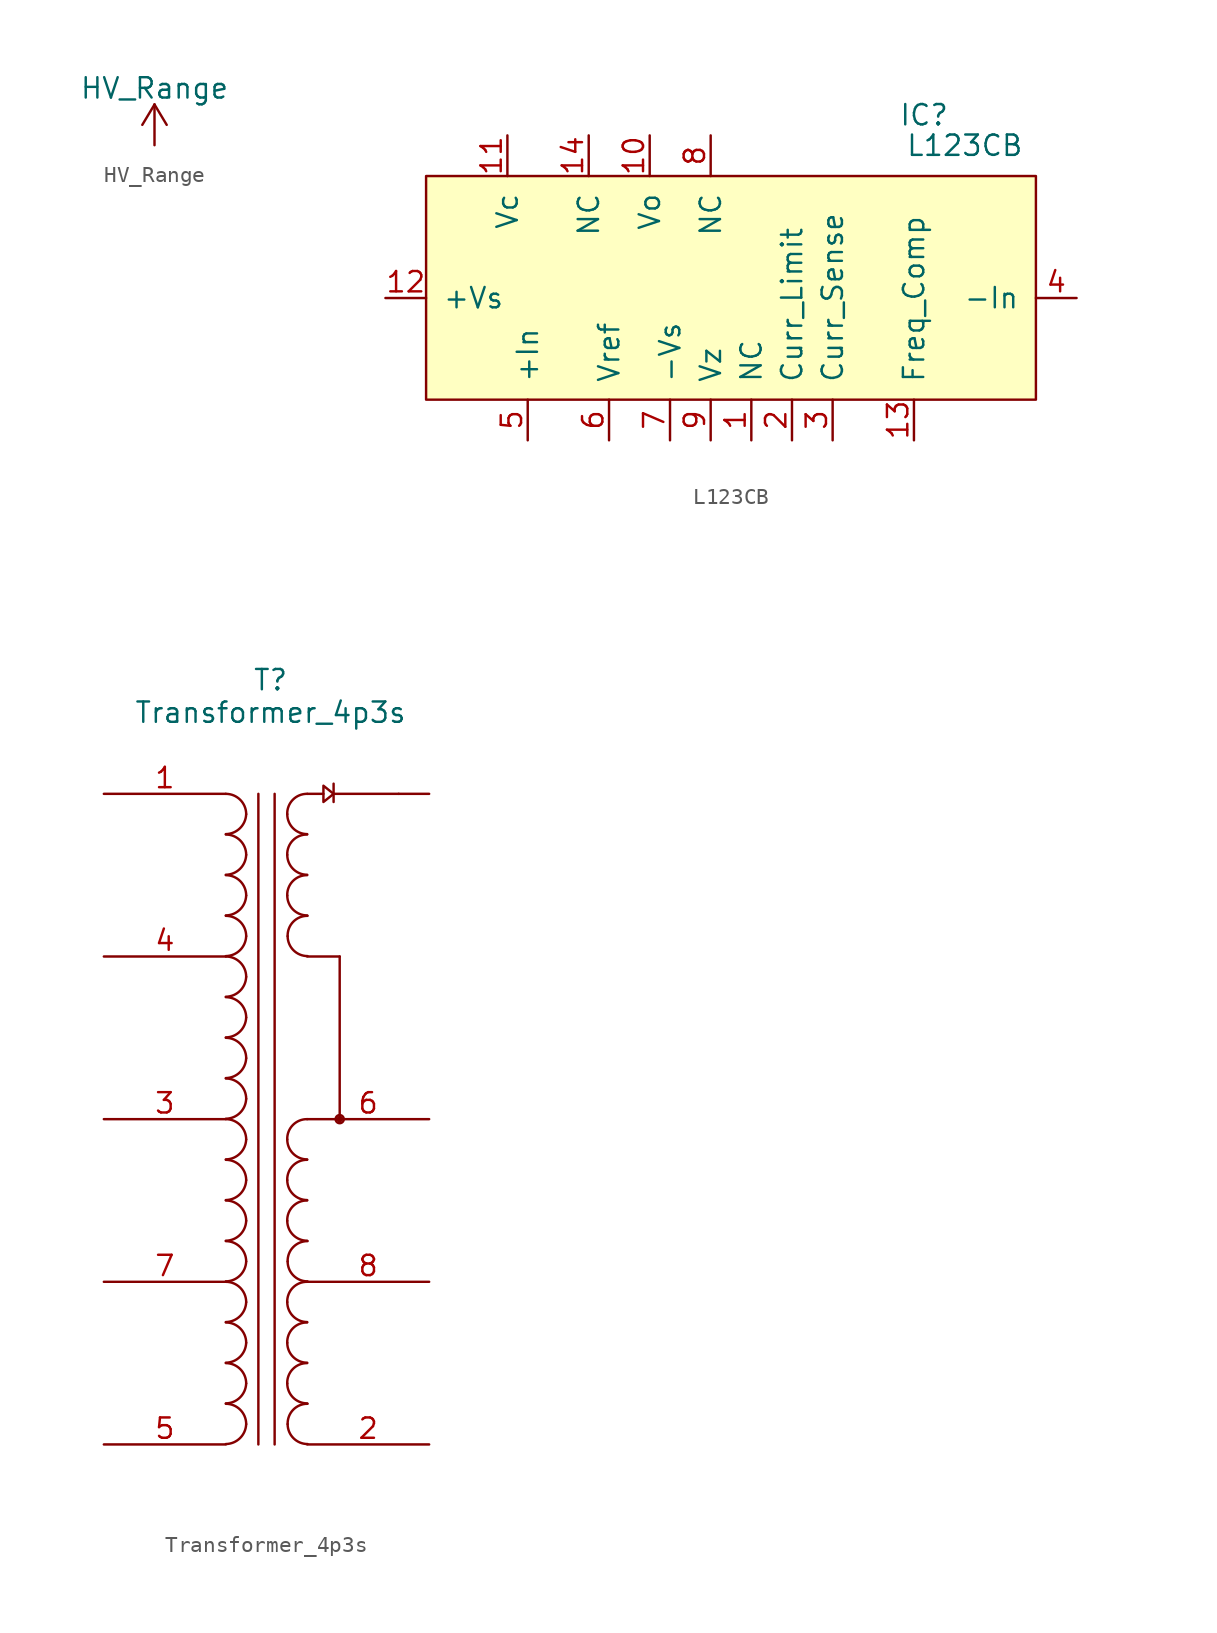
<source format=kicad_sym>
(kicad_symbol_lib
  (version 20220914)
  (generator kicad_symbol_editor)
  (symbol "HV_Range"
    (power)
    (pin_numbers hide)
    (pin_names
      (offset 0))
    (property "Reference" "#PWR"
      (at 0 -3.81 0)
      (effects (font (size 1.27 1.27)) hide))
    (property "Value" "HV_Range"
      (at 0 3.556 0)
      (effects (font (size 1.27 1.27))))
    (symbol "HV_Range_0_1"
      (polyline (pts (xy -0.762 1.27) (xy 0 2.54)) (stroke (width 0) (type solid)) (fill (type none)))
      (polyline (pts (xy 0 0) (xy 0 2.54)) (stroke (width 0) (type solid)) (fill (type none)))
      (polyline (pts (xy 0 2.54) (xy 0.762 1.27)) (stroke (width 0) (type solid)) (fill (type none))))
    (symbol "HV_Range_1_1"
      (pin power_in line (at 0 0 90) (length 0) hide (name "~" (effects (font (size 1.27 1.27)))) (number "1" (effects (font (size 1.27 1.27)))))))
  (symbol "L123CB"
    (pin_names
      (offset 1.016))
    (property "Reference" "IC"
      (at 12.065 11.43 0)
      (effects (font (size 1.27 1.27))))
    (property "Value" "L123CB"
      (at 14.605 9.525 0)
      (effects (font (size 1.27 1.27))))
    (symbol "L123CB_0_1"
      (rectangle (start 19.05 7.62) (end -19.05 -6.35) (stroke (width 0) (type solid)) (fill (type background))))
    (symbol "L123CB_1_1"
      (pin input line (at 1.27 -8.89 90) (length 2.54) (name "NC" (effects (font (size 1.27 1.27)))) (number "1" (effects (font (size 1.27 1.27)))))
      (pin input line (at -5.08 10.16 270) (length 2.54) (name "Vo" (effects (font (size 1.27 1.27)))) (number "10" (effects (font (size 1.27 1.27)))))
      (pin input line (at -13.97 10.16 270) (length 2.54) (name "Vc" (effects (font (size 1.27 1.27)))) (number "11" (effects (font (size 1.27 1.27)))))
      (pin input line (at -21.59 0 0) (length 2.54) (name "+Vs" (effects (font (size 1.27 1.27)))) (number "12" (effects (font (size 1.27 1.27)))))
      (pin input line (at 11.43 -8.89 90) (length 2.54) (name "Freq_Comp" (effects (font (size 1.27 1.27)))) (number "13" (effects (font (size 1.27 1.27)))))
      (pin input line (at -8.89 10.16 270) (length 2.54) (name "NC" (effects (font (size 1.27 1.27)))) (number "14" (effects (font (size 1.27 1.27)))))
      (pin input line (at 3.81 -8.89 90) (length 2.54) (name "Curr_Limit" (effects (font (size 1.27 1.27)))) (number "2" (effects (font (size 1.27 1.27)))))
      (pin input line (at 6.35 -8.89 90) (length 2.54) (name "Curr_Sense" (effects (font (size 1.27 1.27)))) (number "3" (effects (font (size 1.27 1.27)))))
      (pin input line (at 21.59 0 180) (length 2.54) (name "-In" (effects (font (size 1.27 1.27)))) (number "4" (effects (font (size 1.27 1.27)))))
      (pin input line (at -12.7 -8.89 90) (length 2.54) (name "+In" (effects (font (size 1.27 1.27)))) (number "5" (effects (font (size 1.27 1.27)))))
      (pin input line (at -7.62 -8.89 90) (length 2.54) (name "Vref" (effects (font (size 1.27 1.27)))) (number "6" (effects (font (size 1.27 1.27)))))
      (pin input line (at -3.81 -8.89 90) (length 2.54) (name "-Vs" (effects (font (size 1.27 1.27)))) (number "7" (effects (font (size 1.27 1.27)))))
      (pin input line (at -1.27 10.16 270) (length 2.54) (name "NC" (effects (font (size 1.27 1.27)))) (number "8" (effects (font (size 1.27 1.27)))))
      (pin input line (at -1.27 -8.89 90) (length 2.54) (name "Vz~{}" (effects (font (size 1.27 1.27)))) (number "9" (effects (font (size 1.27 1.27)))))))
  (symbol "Transformer_4p3s"
    (pin_names
      (offset 1.016) hide)
    (property "Reference" "T"
      (at 0.254 27.432 0)
      (effects (font (size 1.27 1.27))))
    (property "Value" "Transformer_4p3s"
      (at 0.254 25.4 0)
      (effects (font (size 1.27 1.27))))
    (symbol "Transformer_4p3s_0_1"
      (arc (start -2.54 10.1854) (mid -1.6599 10.5499) (end -1.27 11.43) (stroke (width 0) (type solid)) (fill (type none)))
      (arc (start -2.54 12.7254) (mid -1.6599 13.0899) (end -1.27 13.97) (stroke (width 0) (type solid)) (fill (type none)))
      (arc (start -2.54 15.2654) (mid -1.6599 15.6299) (end -1.27 16.51) (stroke (width 0) (type solid)) (fill (type none)))
      (arc (start -2.54 17.8054) (mid -1.6599 18.1699) (end -1.27 19.05) (stroke (width 0) (type solid)) (fill (type none)))
      (arc (start -1.27 11.43) (mid -1.642 12.328) (end -2.54 12.7) (stroke (width 0) (type solid)) (fill (type none)))
      (arc (start -1.27 13.97) (mid -1.642 14.868) (end -2.54 15.24) (stroke (width 0) (type solid)) (fill (type none)))
      (arc (start -1.27 16.51) (mid -1.642 17.408) (end -2.54 17.78) (stroke (width 0) (type solid)) (fill (type none)))
      (arc (start -1.27 19.05) (mid -1.642 19.948) (end -2.54 20.32) (stroke (width 0) (type solid)) (fill (type none)))
      (rectangle (start -0.508 20.32) (end -0.508 -20.32) (stroke (width 0) (type solid)) (fill (type none)))
      (polyline (pts (xy 4.191 20.955) (xy 4.191 19.812)) (stroke (width 0) (type solid)) (fill (type none)))
      (polyline (pts (xy 8.255 20.32) (xy 4.191 20.32)) (stroke (width 0) (type solid)) (fill (type none)))
      (polyline (pts (xy 2.54 20.32) (xy 3.429 20.32) (xy 3.556 20.32)) (stroke (width 0) (type solid)) (fill (type none)))
      (polyline (pts (xy 3.556 20.828) (xy 3.556 19.812) (xy 4.191 20.32) (xy 3.556 20.828)) (stroke (width 0) (type solid)) (fill (type none)))
      (rectangle (start 0.508 20.32) (end 0.508 -20.32) (stroke (width 0) (type solid)) (fill (type none)))
      (arc (start 1.2954 13.97) (mid 1.6599 13.0899) (end 2.54 12.7254) (stroke (width 0) (type solid)) (fill (type none)))
      (arc (start 1.2954 16.51) (mid 1.6599 15.6299) (end 2.54 15.2654) (stroke (width 0) (type solid)) (fill (type none)))
      (arc (start 1.2954 19.05) (mid 1.6599 18.1699) (end 2.54 17.8054) (stroke (width 0) (type solid)) (fill (type none)))
      (arc (start 1.3208 11.43) (mid 1.6853 10.5499) (end 2.5654 10.1854) (stroke (width 0) (type solid)) (fill (type none)))
      (rectangle (start 2.54 10.16) (end 4.572 10.16) (stroke (width 0) (type solid)) (fill (type none)))
      (arc (start 2.54 15.24) (mid 1.642 14.868) (end 1.2954 13.97) (stroke (width 0) (type solid)) (fill (type none)))
      (arc (start 2.54 17.78) (mid 1.642 17.408) (end 1.2954 16.51) (stroke (width 0) (type solid)) (fill (type none)))
      (arc (start 2.54 20.32) (mid 1.642 19.948) (end 1.2954 19.05) (stroke (width 0) (type solid)) (fill (type none)))
      (arc (start 2.5654 12.7) (mid 1.6674 12.328) (end 1.3208 11.43) (stroke (width 0) (type solid)) (fill (type none)))
      (circle (center 4.572 0) (radius 0.127) (stroke (width 0) (type solid)) (fill (type none)))
      (circle (center 4.572 0) (radius 0.254) (stroke (width 0) (type solid)) (fill (type none)))
      (rectangle (start 4.572 10.16) (end 4.572 0) (stroke (width 0) (type solid)) (fill (type none))))
    (symbol "Transformer_4p3s_1_1"
      (arc (start -2.54 -20.2946) (mid -1.6599 -19.9301) (end -1.27 -19.05) (stroke (width 0) (type solid)) (fill (type none)))
      (arc (start -2.54 -17.7546) (mid -1.6599 -17.3901) (end -1.27 -16.51) (stroke (width 0) (type solid)) (fill (type none)))
      (arc (start -2.54 -15.2146) (mid -1.6599 -14.8501) (end -1.27 -13.97) (stroke (width 0) (type solid)) (fill (type none)))
      (arc (start -2.54 -12.6746) (mid -1.6599 -12.3101) (end -1.27 -11.43) (stroke (width 0) (type solid)) (fill (type none)))
      (arc (start -2.54 -10.1346) (mid -1.6599 -9.7701) (end -1.27 -8.89) (stroke (width 0) (type solid)) (fill (type none)))
      (arc (start -2.54 -7.5946) (mid -1.6599 -7.2301) (end -1.27 -6.35) (stroke (width 0) (type solid)) (fill (type none)))
      (arc (start -2.54 -5.0546) (mid -1.6599 -4.6901) (end -1.27 -3.81) (stroke (width 0) (type solid)) (fill (type none)))
      (arc (start -2.54 -2.5146) (mid -1.6599 -2.1501) (end -1.27 -1.27) (stroke (width 0) (type solid)) (fill (type none)))
      (arc (start -2.54 0.0254) (mid -1.6599 0.3899) (end -1.27 1.27) (stroke (width 0) (type solid)) (fill (type none)))
      (arc (start -2.54 2.5654) (mid -1.6599 2.9299) (end -1.27 3.81) (stroke (width 0) (type solid)) (fill (type none)))
      (arc (start -2.54 5.1054) (mid -1.6599 5.4699) (end -1.27 6.35) (stroke (width 0) (type solid)) (fill (type none)))
      (arc (start -2.54 7.6454) (mid -1.6599 8.0099) (end -1.27 8.89) (stroke (width 0) (type solid)) (fill (type none)))
      (arc (start -1.27 -19.05) (mid -1.642 -18.152) (end -2.54 -17.78) (stroke (width 0) (type solid)) (fill (type none)))
      (arc (start -1.27 -16.51) (mid -1.642 -15.612) (end -2.54 -15.24) (stroke (width 0) (type solid)) (fill (type none)))
      (arc (start -1.27 -13.97) (mid -1.642 -13.072) (end -2.54 -12.7) (stroke (width 0) (type solid)) (fill (type none)))
      (arc (start -1.27 -11.43) (mid -1.642 -10.532) (end -2.54 -10.16) (stroke (width 0) (type solid)) (fill (type none)))
      (arc (start -1.27 -8.89) (mid -1.642 -7.992) (end -2.54 -7.62) (stroke (width 0) (type solid)) (fill (type none)))
      (arc (start -1.27 -6.35) (mid -1.642 -5.452) (end -2.54 -5.08) (stroke (width 0) (type solid)) (fill (type none)))
      (arc (start -1.27 -3.81) (mid -1.642 -2.912) (end -2.54 -2.54) (stroke (width 0) (type solid)) (fill (type none)))
      (arc (start -1.27 -1.27) (mid -1.642 -0.372) (end -2.54 0) (stroke (width 0) (type solid)) (fill (type none)))
      (arc (start -1.27 1.27) (mid -1.642 2.168) (end -2.54 2.54) (stroke (width 0) (type solid)) (fill (type none)))
      (arc (start -1.27 3.81) (mid -1.642 4.708) (end -2.54 5.08) (stroke (width 0) (type solid)) (fill (type none)))
      (arc (start -1.27 6.35) (mid -1.642 7.248) (end -2.54 7.62) (stroke (width 0) (type solid)) (fill (type none)))
      (arc (start -1.27 8.89) (mid -1.642 9.788) (end -2.54 10.16) (stroke (width 0) (type solid)) (fill (type none)))
      (arc (start 1.2954 -16.51) (mid 1.6599 -17.3901) (end 2.54 -17.7546) (stroke (width 0) (type solid)) (fill (type none)))
      (arc (start 1.2954 -13.97) (mid 1.6599 -14.8501) (end 2.54 -15.2146) (stroke (width 0) (type solid)) (fill (type none)))
      (arc (start 1.2954 -11.43) (mid 1.6599 -12.3101) (end 2.54 -12.6746) (stroke (width 0) (type solid)) (fill (type none)))
      (arc (start 1.2954 -6.35) (mid 1.6599 -7.2301) (end 2.54 -7.5946) (stroke (width 0) (type solid)) (fill (type none)))
      (arc (start 1.2954 -3.81) (mid 1.6599 -4.6901) (end 2.54 -5.0546) (stroke (width 0) (type solid)) (fill (type none)))
      (arc (start 1.2954 -1.27) (mid 1.6599 -2.1501) (end 2.54 -2.5146) (stroke (width 0) (type solid)) (fill (type none)))
      (arc (start 1.3208 -19.05) (mid 1.6853 -19.9301) (end 2.5654 -20.2946) (stroke (width 0) (type solid)) (fill (type none)))
      (arc (start 1.3208 -8.89) (mid 1.6853 -9.7701) (end 2.5654 -10.1346) (stroke (width 0) (type solid)) (fill (type none)))
      (arc (start 2.54 -15.24) (mid 1.642 -15.612) (end 1.2954 -16.51) (stroke (width 0) (type solid)) (fill (type none)))
      (arc (start 2.54 -12.7) (mid 1.642 -13.072) (end 1.2954 -13.97) (stroke (width 0) (type solid)) (fill (type none)))
      (arc (start 2.54 -10.16) (mid 1.642 -10.532) (end 1.2954 -11.43) (stroke (width 0) (type solid)) (fill (type none)))
      (arc (start 2.54 -5.08) (mid 1.642 -5.452) (end 1.2954 -6.35) (stroke (width 0) (type solid)) (fill (type none)))
      (arc (start 2.54 -2.54) (mid 1.642 -2.912) (end 1.2954 -3.81) (stroke (width 0) (type solid)) (fill (type none)))
      (arc (start 2.54 0) (mid 1.642 -0.372) (end 1.2954 -1.27) (stroke (width 0) (type solid)) (fill (type none)))
      (arc (start 2.5654 -17.78) (mid 1.6674 -18.152) (end 1.3208 -19.05) (stroke (width 0) (type solid)) (fill (type none)))
      (arc (start 2.5654 -7.62) (mid 1.6674 -7.992) (end 1.3208 -8.89) (stroke (width 0) (type solid)) (fill (type none)))
      (pin passive line (at -10.16 20.32 0) (length 7.62) (name "AA" (effects (font (size 1.27 1.27)))) (number "1" (effects (font (size 1.27 1.27)))))
      (pin passive line (at 10.16 -20.32 180) (length 7.62) (name "SA" (effects (font (size 1.27 1.27)))) (number "2" (effects (font (size 1.27 1.27)))))
      (pin passive line (at -10.16 0 0) (length 7.62) (name "CB" (effects (font (size 1.27 1.27)))) (number "3" (effects (font (size 1.27 1.27)))))
      (pin passive line (at -10.16 10.16 0) (length 7.62) (name "AB" (effects (font (size 1.27 1.27)))) (number "4" (effects (font (size 1.27 1.27)))))
      (pin passive line (at -10.16 -20.32 0) (length 7.62) (name "AB" (effects (font (size 1.27 1.27)))) (number "5" (effects (font (size 1.27 1.27)))))
      (pin passive line (at 10.16 0 180) (length 7.62) (name "SB" (effects (font (size 1.27 1.27)))) (number "6" (effects (font (size 1.27 1.27)))))
      (pin passive line (at -10.16 -10.16 0) (length 7.62) (name "AB" (effects (font (size 1.27 1.27)))) (number "7" (effects (font (size 1.27 1.27)))))
      (pin passive line (at 10.16 -10.16 180) (length 7.62) (name "SB" (effects (font (size 1.27 1.27)))) (number "8" (effects (font (size 1.27 1.27)))))
      (pin passive line (at 10.16 20.32 180) (length 1.905) (name "SB" (effects (font (size 1.27 1.27)))) (number "~" (effects (font (size 1.27 1.27))))))))
</source>
